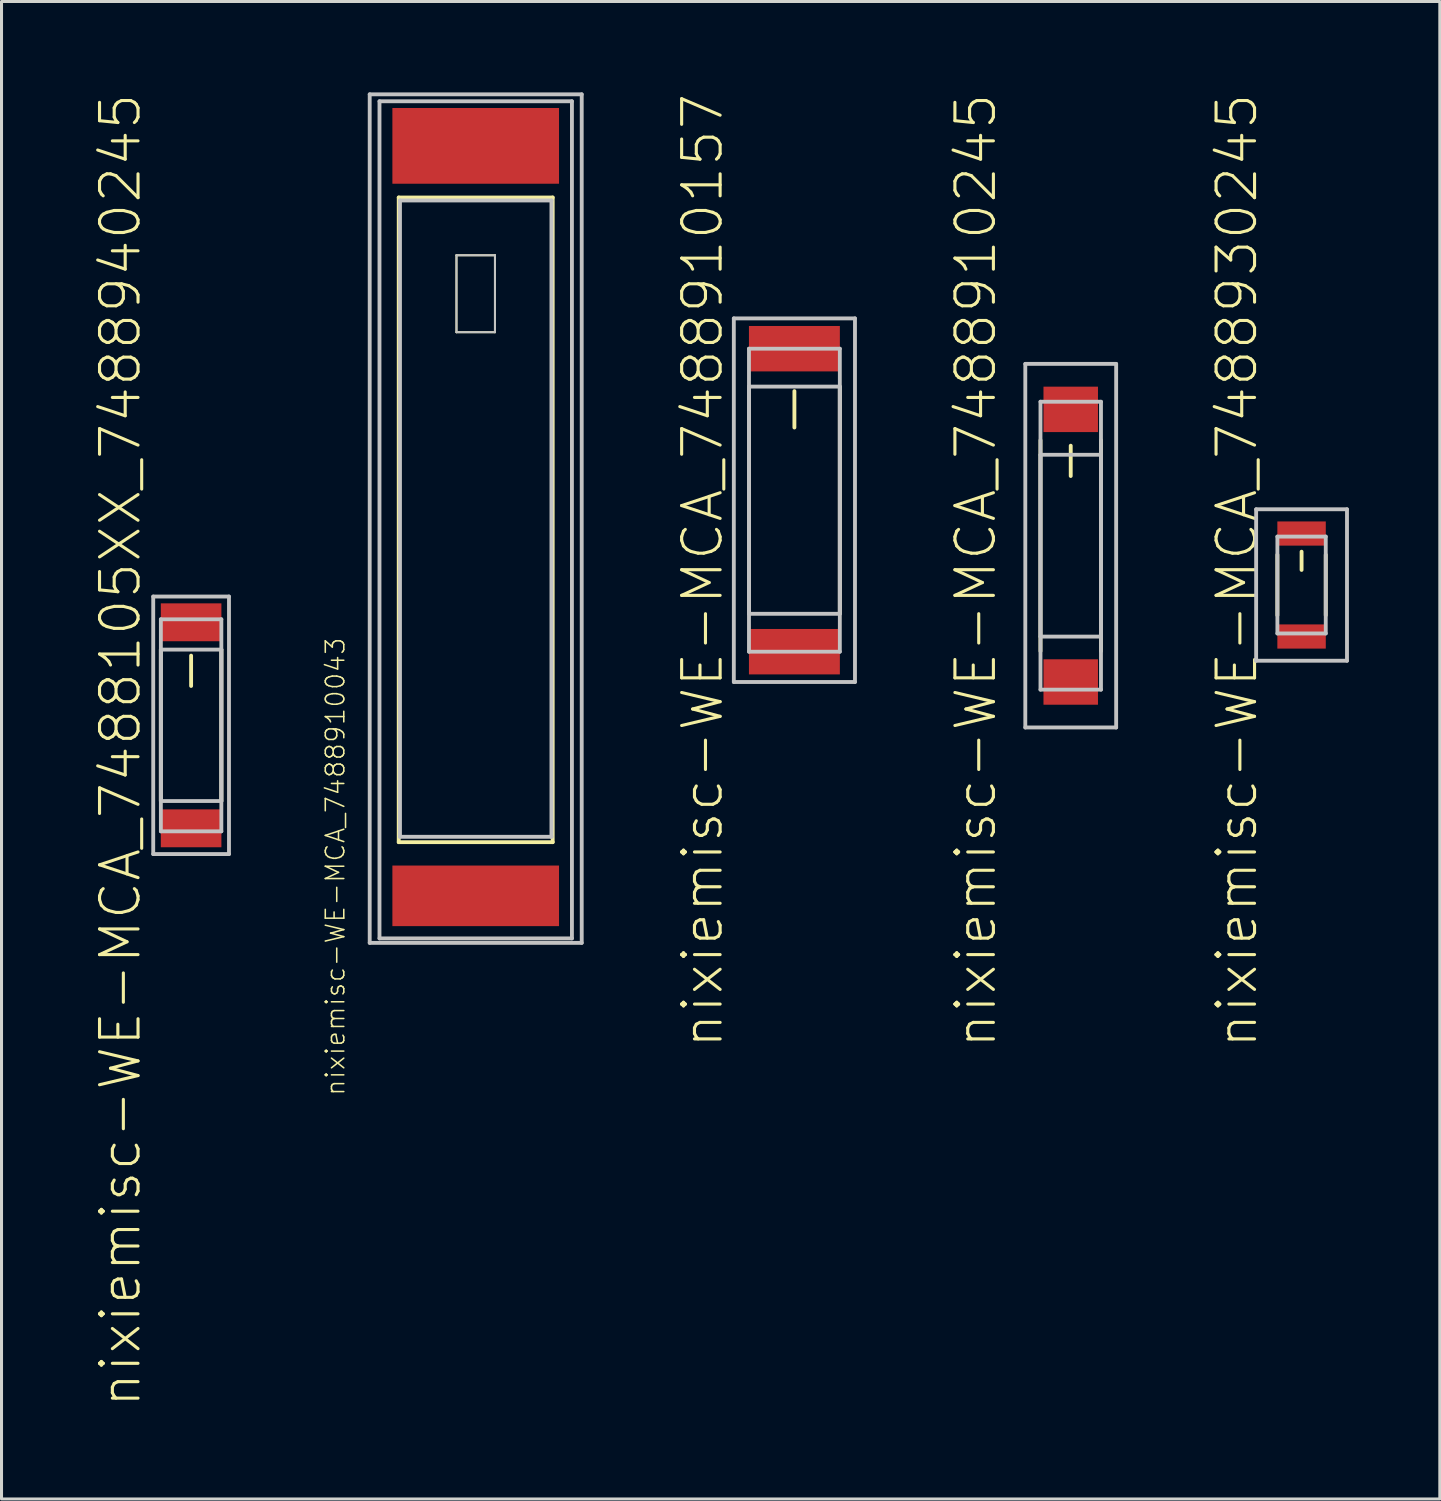
<source format=kicad_pcb>
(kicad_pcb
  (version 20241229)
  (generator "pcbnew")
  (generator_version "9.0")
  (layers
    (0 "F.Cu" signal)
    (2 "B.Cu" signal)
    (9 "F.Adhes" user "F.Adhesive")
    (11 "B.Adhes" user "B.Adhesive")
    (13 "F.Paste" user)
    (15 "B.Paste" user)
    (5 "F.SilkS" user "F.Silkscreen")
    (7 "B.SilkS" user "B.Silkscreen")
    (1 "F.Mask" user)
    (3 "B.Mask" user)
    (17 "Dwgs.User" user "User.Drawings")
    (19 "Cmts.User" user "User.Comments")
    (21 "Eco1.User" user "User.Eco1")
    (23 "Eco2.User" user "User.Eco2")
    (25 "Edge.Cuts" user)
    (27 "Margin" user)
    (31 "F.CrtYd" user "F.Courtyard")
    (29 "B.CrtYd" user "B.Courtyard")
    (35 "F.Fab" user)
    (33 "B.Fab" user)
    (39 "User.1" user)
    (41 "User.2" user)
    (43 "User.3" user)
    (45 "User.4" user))
  (footprint "nixiemisc-WE-MCA_7488910043"
    (layer "F.Cu")
    (at 12.647 14.262)
    (property "Reference" "nixiemisc-WE-MCA_7488910043" (at -4.633 11.285 90) (layer "F.SilkS") (effects (font (size 0.61 0.61) (thickness 0.051))))
    (attr smd)
    (fp_line (start -2.54 -10.795) (end 2.54 -10.795) (stroke (width 0.127) (type solid)) (layer "F.SilkS"))
    (fp_line (start -2.54 10.477) (end -2.54 -10.795) (stroke (width 0.127) (type solid)) (layer "F.SilkS"))
    (fp_line (start -0.635 -8.89) (end 0.635 -8.89) (stroke (width 0.066) (type solid)) (layer "F.SilkS"))
    (fp_line (start -0.635 -6.35) (end -0.635 -8.89) (stroke (width 0.066) (type solid)) (layer "F.SilkS"))
    (fp_line (start -0.635 -6.35) (end 0.635 -6.35) (stroke (width 0.066) (type solid)) (layer "F.SilkS"))
    (fp_line (start 0.635 -6.35) (end 0.635 -8.89) (stroke (width 0.066) (type solid)) (layer "F.SilkS"))
    (fp_line (start 2.54 -10.795) (end 2.54 10.477) (stroke (width 0.127) (type solid)) (layer "F.SilkS"))
    (fp_line (start 2.54 10.477) (end -2.54 10.477) (stroke (width 0.127) (type solid)) (layer "F.SilkS"))
    (fp_line (start -3.498 -14.199) (end 3.498 -14.199) (stroke (width 0.127) (type solid)) (layer "Dwgs.User"))
    (fp_line (start -3.498 13.8) (end -3.498 -14.199) (stroke (width 0.127) (type solid)) (layer "Dwgs.User"))
    (fp_line (start -3.175 -13.97) (end 3.175 -13.97) (stroke (width 0.127) (type solid)) (layer "Dwgs.User"))
    (fp_line (start -3.175 13.652) (end -3.175 -13.97) (stroke (width 0.127) (type solid)) (layer "Dwgs.User"))
    (fp_line (start -2.499 -10.698) (end 2.499 -10.698) (stroke (width 0.127) (type solid)) (layer "Dwgs.User"))
    (fp_line (start -2.499 10.3) (end -2.499 -10.698) (stroke (width 0.127) (type solid)) (layer "Dwgs.User"))
    (fp_line (start -0.635 -8.89) (end 0.635 -8.89) (stroke (width 0.066) (type solid)) (layer "Dwgs.User"))
    (fp_line (start -0.635 -6.35) (end -0.635 -8.89) (stroke (width 0.066) (type solid)) (layer "Dwgs.User"))
    (fp_line (start -0.635 -6.35) (end 0.635 -6.35) (stroke (width 0.066) (type solid)) (layer "Dwgs.User"))
    (fp_line (start 0.635 -6.35) (end 0.635 -8.89) (stroke (width 0.066) (type solid)) (layer "Dwgs.User"))
    (fp_line (start 2.499 -10.698) (end 2.499 10.3) (stroke (width 0.127) (type solid)) (layer "Dwgs.User"))
    (fp_line (start 2.499 10.3) (end -2.499 10.3) (stroke (width 0.127) (type solid)) (layer "Dwgs.User"))
    (fp_line (start 3.175 -13.97) (end 3.175 13.652) (stroke (width 0.127) (type solid)) (layer "Dwgs.User"))
    (fp_line (start 3.175 13.652) (end -3.175 13.652) (stroke (width 0.127) (type solid)) (layer "Dwgs.User"))
    (fp_line (start 3.498 -14.199) (end 3.498 13.8) (stroke (width 0.127) (type solid)) (layer "Dwgs.User"))
    (fp_line (start 3.498 13.8) (end -3.498 13.8) (stroke (width 0.127) (type solid)) (layer "Dwgs.User"))
    (pad "1" smd rect (at 0 -12.499 180) (size 5.499 2.499) (layers "F.Cu" "F.Mask" "F.Paste"))
    (pad "2" smd rect (at 0 12.248 180) (size 5.499 1.999) (layers "F.Cu" "F.Mask" "F.Paste")))
  (footprint "nixiemisc-WE-MCA_7488910157"
    (layer "F.Cu")
    (at 23.163 13.455)
    (property "Reference" "nixiemisc-WE-MCA_7488910157" (at -3.033 2.324 90) (layer "F.SilkS") (effects (font (size 1.27 1.27) (thickness 0.102))))
    (attr smd)
    (fp_line (start -1.499 3.729) (end -1.499 -3.729) (stroke (width 0.127) (type solid)) (layer "F.SilkS"))
    (fp_line (start 0 -3.599) (end 0 -2.398) (stroke (width 0.127) (type solid)) (layer "F.SilkS"))
    (fp_line (start 1.499 -3.729) (end 1.499 3.729) (stroke (width 0.127) (type solid)) (layer "F.SilkS"))
    (fp_line (start -1.999 -5.999) (end -1.999 5.999) (stroke (width 0.127) (type solid)) (layer "Dwgs.User"))
    (fp_line (start -1.999 5.999) (end 1.999 5.999) (stroke (width 0.127) (type solid)) (layer "Dwgs.User"))
    (fp_line (start -1.499 -4.999) (end 1.499 -4.999) (stroke (width 0.127) (type solid)) (layer "Dwgs.User"))
    (fp_line (start -1.499 -3.749) (end -1.499 3.749) (stroke (width 0.127) (type solid)) (layer "Dwgs.User"))
    (fp_line (start -1.499 3.749) (end 1.499 3.749) (stroke (width 0.127) (type solid)) (layer "Dwgs.User"))
    (fp_line (start -1.499 4.999) (end -1.499 -4.999) (stroke (width 0.127) (type solid)) (layer "Dwgs.User"))
    (fp_line (start 1.499 -4.999) (end 1.499 4.999) (stroke (width 0.127) (type solid)) (layer "Dwgs.User"))
    (fp_line (start 1.499 -3.749) (end -1.499 -3.749) (stroke (width 0.127) (type solid)) (layer "Dwgs.User"))
    (fp_line (start 1.499 3.749) (end 1.499 -3.749) (stroke (width 0.127) (type solid)) (layer "Dwgs.User"))
    (fp_line (start 1.499 4.999) (end -1.499 4.999) (stroke (width 0.127) (type solid)) (layer "Dwgs.User"))
    (fp_line (start 1.999 -5.999) (end -1.999 -5.999) (stroke (width 0.127) (type solid)) (layer "Dwgs.User"))
    (fp_line (start 1.999 5.999) (end 1.999 -5.999) (stroke (width 0.127) (type solid)) (layer "Dwgs.User"))
    (pad "1" smd rect (at 0 -4.999 90) (size 1.499 3) (layers "F.Cu" "F.Mask" "F.Paste"))
    (pad "2" smd rect (at 0 4.999 90) (size 1.499 3) (layers "F.Cu" "F.Mask" "F.Paste")))
  (footprint "nixiemisc-WE-MCA_7488910245"
    (layer "F.Cu")
    (at 32.281 14.956)
    (property "Reference" "nixiemisc-WE-MCA_7488910245" (at -3.134 0.823 90) (layer "F.SilkS") (effects (font (size 1.27 1.27) (thickness 0.102))))
    (attr smd)
    (fp_line (start -0.998 3.48) (end -0.998 -3.48) (stroke (width 0.127) (type solid)) (layer "F.SilkS"))
    (fp_line (start 0 -3.299) (end 0 -2.299) (stroke (width 0.127) (type solid)) (layer "F.SilkS"))
    (fp_line (start 0.998 -3.48) (end 0.998 3.48) (stroke (width 0.127) (type solid)) (layer "F.SilkS"))
    (fp_line (start -1.499 -5.999) (end -1.499 5.999) (stroke (width 0.127) (type solid)) (layer "Dwgs.User"))
    (fp_line (start -1.499 5.999) (end 1.499 5.999) (stroke (width 0.127) (type solid)) (layer "Dwgs.User"))
    (fp_line (start -0.998 -4.75) (end 0.998 -4.75) (stroke (width 0.127) (type solid)) (layer "Dwgs.User"))
    (fp_line (start -0.998 -3) (end -0.998 3) (stroke (width 0.127) (type solid)) (layer "Dwgs.User"))
    (fp_line (start -0.998 3) (end 0.998 3) (stroke (width 0.127) (type solid)) (layer "Dwgs.User"))
    (fp_line (start -0.998 4.75) (end -0.998 -4.75) (stroke (width 0.127) (type solid)) (layer "Dwgs.User"))
    (fp_line (start -0.998 4.75) (end 0.998 4.75) (stroke (width 0.127) (type solid)) (layer "Dwgs.User"))
    (fp_line (start 0.998 -4.75) (end 0.998 4.75) (stroke (width 0.127) (type solid)) (layer "Dwgs.User"))
    (fp_line (start 0.998 -3) (end -0.998 -3) (stroke (width 0.127) (type solid)) (layer "Dwgs.User"))
    (fp_line (start 0.998 3) (end 0.998 -3) (stroke (width 0.127) (type solid)) (layer "Dwgs.User"))
    (fp_line (start 1.499 -5.999) (end -1.499 -5.999) (stroke (width 0.127) (type solid)) (layer "Dwgs.User"))
    (fp_line (start 1.499 5.999) (end 1.499 -5.999) (stroke (width 0.127) (type solid)) (layer "Dwgs.User"))
    (pad "1" smd rect (at 0 -4.498 90) (size 1.499 1.798) (layers "F.Cu" "F.Mask" "F.Paste"))
    (pad "2" smd rect (at 0 4.498 90) (size 1.499 1.798) (layers "F.Cu" "F.Mask" "F.Paste")))
  (footprint "nixiemisc-WE-MCA_7488930245"
    (layer "F.Cu")
    (at 39.898 16.254)
    (property "Reference" "nixiemisc-WE-MCA_7488930245" (at -2.134 -0.475 90) (layer "F.SilkS") (effects (font (size 1.27 1.27) (thickness 0.102))))
    (attr smd)
    (fp_line (start -0.798 -0.998) (end -0.798 0.998) (stroke (width 0.127) (type solid)) (layer "F.SilkS"))
    (fp_line (start 0 -1.1) (end 0 -0.498) (stroke (width 0.127) (type solid)) (layer "F.SilkS"))
    (fp_line (start 0.798 -0.998) (end 0.798 0.998) (stroke (width 0.127) (type solid)) (layer "F.SilkS"))
    (fp_line (start -1.499 -2.499) (end -1.499 2.499) (stroke (width 0.127) (type solid)) (layer "Dwgs.User"))
    (fp_line (start -1.499 2.499) (end 1.499 2.499) (stroke (width 0.127) (type solid)) (layer "Dwgs.User"))
    (fp_line (start -0.798 -1.598) (end -0.798 1.598) (stroke (width 0.127) (type solid)) (layer "Dwgs.User"))
    (fp_line (start -0.798 -1.598) (end 0.798 -1.598) (stroke (width 0.127) (type solid)) (layer "Dwgs.User"))
    (fp_line (start -0.798 1.598) (end 0.798 1.598) (stroke (width 0.127) (type solid)) (layer "Dwgs.User"))
    (fp_line (start 0.798 -1.598) (end 0.798 1.598) (stroke (width 0.127) (type solid)) (layer "Dwgs.User"))
    (fp_line (start 1.499 -2.499) (end -1.499 -2.499) (stroke (width 0.127) (type solid)) (layer "Dwgs.User"))
    (fp_line (start 1.499 2.499) (end 1.499 -2.499) (stroke (width 0.127) (type solid)) (layer "Dwgs.User"))
    (pad "1" smd rect (at 0 -1.699 90) (size 0.798 1.598) (layers "F.Cu" "F.Mask" "F.Paste"))
    (pad "2" smd rect (at 0 1.699 90) (size 0.798 1.598) (layers "F.Cu" "F.Mask" "F.Paste")))
  (footprint "nixiemisc-WE-MCA_7488105XX_7488940245"
    (layer "F.Cu")
    (at 3.256 20.883)
    (property "Reference" "nixiemisc-WE-MCA_7488105XX_7488940245" (at -2.334 0.823 90) (layer "F.SilkS") (effects (font (size 1.27 1.27) (thickness 0.102))))
    (attr smd)
    (fp_line (start -0.998 -2.499) (end -0.998 2.499) (stroke (width 0.127) (type solid)) (layer "F.SilkS"))
    (fp_line (start 0 -2.299) (end 0 -1.298) (stroke (width 0.127) (type solid)) (layer "F.SilkS"))
    (fp_line (start 0.998 -2.499) (end 0.998 2.499) (stroke (width 0.127) (type solid)) (layer "F.SilkS"))
    (fp_line (start -1.25 -4.249) (end -1.25 4.249) (stroke (width 0.127) (type solid)) (layer "Dwgs.User"))
    (fp_line (start -1.25 4.249) (end 1.25 4.249) (stroke (width 0.127) (type solid)) (layer "Dwgs.User"))
    (fp_line (start -0.998 -3.498) (end -0.998 3.498) (stroke (width 0.127) (type solid)) (layer "Dwgs.User"))
    (fp_line (start -0.998 -3.498) (end 0.998 -3.498) (stroke (width 0.127) (type solid)) (layer "Dwgs.User"))
    (fp_line (start -0.998 -2.499) (end -0.998 2.499) (stroke (width 0.127) (type solid)) (layer "Dwgs.User"))
    (fp_line (start -0.998 2.499) (end 0.998 2.499) (stroke (width 0.127) (type solid)) (layer "Dwgs.User"))
    (fp_line (start -0.998 3.498) (end 0.998 3.498) (stroke (width 0.127) (type solid)) (layer "Dwgs.User"))
    (fp_line (start 0.998 -3.498) (end 0.998 3.498) (stroke (width 0.127) (type solid)) (layer "Dwgs.User"))
    (fp_line (start 0.998 -2.499) (end -0.998 -2.499) (stroke (width 0.127) (type solid)) (layer "Dwgs.User"))
    (fp_line (start 0.998 2.499) (end 0.998 -2.499) (stroke (width 0.127) (type solid)) (layer "Dwgs.User"))
    (fp_line (start 1.25 -4.249) (end -1.25 -4.249) (stroke (width 0.127) (type solid)) (layer "Dwgs.User"))
    (fp_line (start 1.25 4.249) (end 1.25 -4.249) (stroke (width 0.127) (type solid)) (layer "Dwgs.User"))
    (pad "1" smd rect (at 0 -3.399 90) (size 1.25 1.999) (layers "F.Cu" "F.Mask" "F.Paste"))
    (pad "2" smd rect (at 0 3.399 90) (size 1.25 1.999) (layers "F.Cu" "F.Mask" "F.Paste")))
  (gr_rect
    (start -3 -3)
    (end 44.46 46.412)
    (stroke (width 0.1) (type default))
    (fill no)
    (layer "Edge.Cuts")))
</source>
